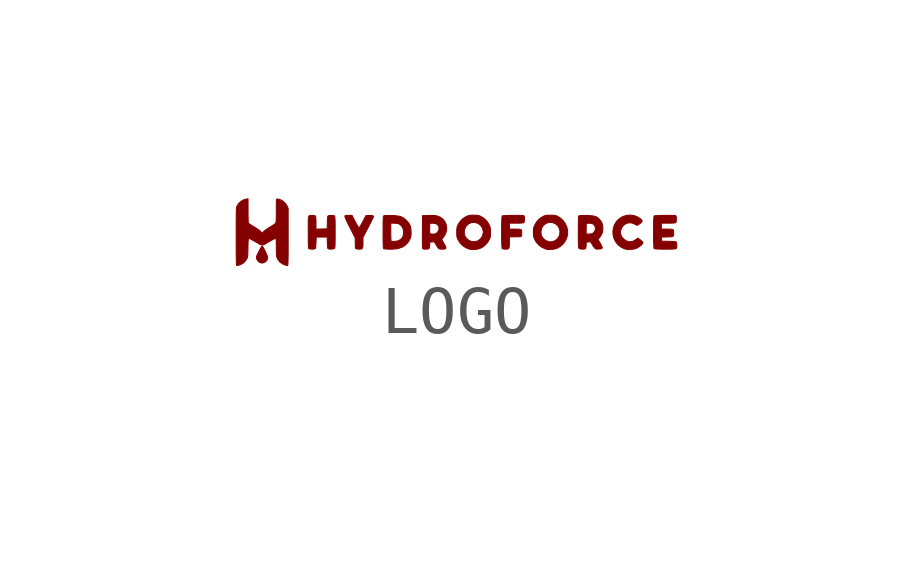
<source format=kicad_sym>
(kicad_symbol_lib
  (version 20220914)
  (generator bitmap2component)
  (symbol "LOGO"
    (pin_names
      (offset 1.016))
    (property "Reference" "#G"
      (at 0 1.722 0)
      (effects (font (size 1.27 1.27)) hide))
    (symbol "LOGO_0_0"
      (polyline (pts (xy -3.537 -0.701) (xy -3.534 -0.692) (xy -3.533 -0.675) (xy -3.531 -0.649) (xy -3.53 -0.612) (xy -3.529 -0.564) (xy -3.528 -0.503) (xy -3.527 -0.428) (xy -3.527 -0.338) (xy -3.527 -0.232) (xy -3.527 -0.107) (xy -3.527 0.489) (xy -3.549 0.537) (xy -3.569 0.572) (xy -3.608 0.616) (xy -3.654 0.652) (xy -3.704 0.676) (xy -3.754 0.684) (xy -3.756 0.684) (xy -3.762 0.683) (xy -3.766 0.679) (xy -3.769 0.669) (xy -3.772 0.651) (xy -3.773 0.623) (xy -3.774 0.583) (xy -3.774 0.529) (xy -3.774 0.457) (xy -3.774 0.418) (xy -3.775 0.355) (xy -3.775 0.299) (xy -3.777 0.252) (xy -3.778 0.218) (xy -3.78 0.2) (xy -3.782 0.194) (xy -3.788 0.181) (xy -3.8 0.168) (xy -3.82 0.152) (xy -3.852 0.131) (xy -3.898 0.104) (xy -3.904 0.1) (xy -3.948 0.073) (xy -3.988 0.045) (xy -4.02 0.022) (xy -4.039 0.004) (xy -4.069 -0.029) (xy -4.098 0.005) (xy -4.1 0.007) (xy -4.122 0.025) (xy -4.155 0.05) (xy -4.196 0.077) (xy -4.24 0.105) (xy -4.25 0.111) (xy -4.291 0.136) (xy -4.324 0.158) (xy -4.347 0.175) (xy -4.357 0.186) (xy -4.359 0.196) (xy -4.36 0.223) (xy -4.361 0.264) (xy -4.362 0.316) (xy -4.363 0.377) (xy -4.363 0.444) (xy -4.363 0.687) (xy -4.4 0.682) (xy -4.457 0.666) (xy -4.512 0.634) (xy -4.559 0.59) (xy -4.592 0.537) (xy -4.596 0.53) (xy -4.599 0.52) (xy -4.601 0.507) (xy -4.604 0.49) (xy -4.605 0.467) (xy -4.607 0.436) (xy -4.608 0.398) (xy -4.609 0.348) (xy -4.609 0.287) (xy -4.61 0.213) (xy -4.61 0.125) (xy -4.61 0.02) (xy -4.61 -0.102) (xy -4.61 -0.224) (xy -4.61 -0.332) (xy -4.61 -0.423) (xy -4.609 -0.499) (xy -4.608 -0.561) (xy -4.607 -0.609) (xy -4.606 -0.646) (xy -4.605 -0.673) (xy -4.603 -0.691) (xy -4.601 -0.701) (xy -4.598 -0.704) (xy -4.595 -0.703) (xy -4.563 -0.697) (xy -4.524 -0.684) (xy -4.486 -0.666) (xy -4.456 -0.646) (xy -4.445 -0.636) (xy -4.417 -0.605) (xy -4.394 -0.572) (xy -4.388 -0.561) (xy -4.38 -0.546) (xy -4.375 -0.531) (xy -4.371 -0.512) (xy -4.369 -0.485) (xy -4.367 -0.449) (xy -4.366 -0.4) (xy -4.365 -0.335) (xy -4.364 -0.275) (xy -4.362 -0.221) (xy -4.36 -0.182) (xy -4.357 -0.157) (xy -4.354 -0.142) (xy -4.349 -0.137) (xy -4.347 -0.136) (xy -4.33 -0.142) (xy -4.302 -0.155) (xy -4.265 -0.175) (xy -4.223 -0.199) (xy -4.196 -0.215) (xy -4.149 -0.242) (xy -4.115 -0.261) (xy -4.088 -0.272) (xy -4.064 -0.275) (xy -4.041 -0.27) (xy -4.013 -0.258) (xy -3.978 -0.237) (xy -3.932 -0.209) (xy -3.903 -0.193) (xy -3.861 -0.169) (xy -3.825 -0.151) (xy -3.8 -0.14) (xy -3.787 -0.137) (xy -3.787 -0.137) (xy -3.783 -0.142) (xy -3.779 -0.155) (xy -3.776 -0.177) (xy -3.775 -0.211) (xy -3.774 -0.26) (xy -3.774 -0.325) (xy -3.774 -0.331) (xy -3.774 -0.394) (xy -3.773 -0.441) (xy -3.771 -0.476) (xy -3.769 -0.502) (xy -3.765 -0.522) (xy -3.759 -0.539) (xy -3.751 -0.557) (xy -3.741 -0.576) (xy -3.703 -0.625) (xy -3.653 -0.664) (xy -3.599 -0.689) (xy -3.582 -0.694) (xy -3.555 -0.701) (xy -3.539 -0.704) (xy -3.537 -0.701)) (stroke (width 0.01) (type default)) (fill (type outline)))
      (polyline (pts (xy -4.019 -0.638) (xy -3.986 -0.613) (xy -3.963 -0.577) (xy -3.954 -0.533) (xy -3.955 -0.527) (xy -3.962 -0.504) (xy -3.975 -0.472) (xy -3.992 -0.434) (xy -4.011 -0.394) (xy -4.03 -0.356) (xy -4.048 -0.325) (xy -4.061 -0.303) (xy -4.07 -0.295) (xy -4.071 -0.295) (xy -4.078 -0.304) (xy -4.092 -0.327) (xy -4.109 -0.358) (xy -4.129 -0.394) (xy -4.148 -0.431) (xy -4.165 -0.466) (xy -4.178 -0.494) (xy -4.185 -0.511) (xy -4.187 -0.52) (xy -4.184 -0.559) (xy -4.166 -0.596) (xy -4.138 -0.627) (xy -4.101 -0.646) (xy -4.059 -0.65) (xy -4.019 -0.638)) (stroke (width 0.01) (type default)) (fill (type outline)))
      (polyline (pts (xy 0.357 -0.367) (xy 0.363 -0.367) (xy 0.411 -0.362) (xy 0.45 -0.353) (xy 0.49 -0.337) (xy 0.515 -0.324) (xy 0.575 -0.28) (xy 0.626 -0.225) (xy 0.664 -0.164) (xy 0.673 -0.143) (xy 0.681 -0.118) (xy 0.686 -0.091) (xy 0.689 -0.057) (xy 0.689 -0.009) (xy 0.689 -0.003) (xy 0.689 0.042) (xy 0.686 0.073) (xy 0.681 0.099) (xy 0.672 0.123) (xy 0.658 0.153) (xy 0.615 0.221) (xy 0.557 0.278) (xy 0.486 0.322) (xy 0.471 0.329) (xy 0.445 0.338) (xy 0.418 0.344) (xy 0.384 0.346) (xy 0.337 0.347) (xy 0.294 0.346) (xy 0.261 0.344) (xy 0.235 0.339) (xy 0.209 0.33) (xy 0.178 0.316) (xy 0.111 0.273) (xy 0.054 0.214) (xy 0.011 0.143) (xy 0.002 0.124) (xy -0.006 0.099) (xy -0.011 0.072) (xy -0.014 0.038) (xy -0.014 -0.004) (xy 0.143 -0.004) (xy 0.149 0.05) (xy 0.172 0.103) (xy 0.213 0.15) (xy 0.245 0.173) (xy 0.296 0.192) (xy 0.349 0.196) (xy 0.401 0.186) (xy 0.449 0.162) (xy 0.49 0.126) (xy 0.52 0.08) (xy 0.537 0.023) (xy 0.539 -0.009) (xy 0.53 -0.062) (xy 0.507 -0.113) (xy 0.473 -0.156) (xy 0.431 -0.185) (xy 0.41 -0.194) (xy 0.35 -0.207) (xy 0.292 -0.201) (xy 0.238 -0.178) (xy 0.192 -0.138) (xy 0.175 -0.117) (xy 0.155 -0.085) (xy 0.145 -0.05) (xy 0.143 -0.004) (xy -0.014 -0.004) (xy -0.014 -0.009) (xy -0.014 -0.054) (xy -0.012 -0.088) (xy -0.007 -0.114) (xy 0.001 -0.139) (xy 0.014 -0.166) (xy 0.056 -0.233) (xy 0.112 -0.29) (xy 0.178 -0.334) (xy 0.251 -0.362) (xy 0.253 -0.363) (xy 0.28 -0.366) (xy 0.316 -0.367) (xy 0.357 -0.367)) (stroke (width 0.01) (type default)) (fill (type outline)))
      (polyline (pts (xy 1.975 -0.366) (xy 2.034 -0.357) (xy 2.083 -0.34) (xy 2.148 -0.303) (xy 2.206 -0.25) (xy 2.25 -0.189) (xy 2.28 -0.12) (xy 2.296 -0.048) (xy 2.296 0.027) (xy 2.28 0.101) (xy 2.248 0.172) (xy 2.199 0.238) (xy 2.183 0.254) (xy 2.138 0.293) (xy 2.093 0.32) (xy 2.07 0.331) (xy 2.046 0.34) (xy 2.02 0.344) (xy 1.986 0.346) (xy 1.939 0.347) (xy 1.895 0.346) (xy 1.861 0.345) (xy 1.835 0.34) (xy 1.81 0.332) (xy 1.783 0.319) (xy 1.714 0.275) (xy 1.657 0.216) (xy 1.613 0.144) (xy 1.603 0.123) (xy 1.592 0.095) (xy 1.586 0.068) (xy 1.583 0.035) (xy 1.583 0.009) (xy 1.742 0.009) (xy 1.751 0.059) (xy 1.768 0.1) (xy 1.781 0.118) (xy 1.823 0.159) (xy 1.873 0.186) (xy 1.928 0.197) (xy 1.984 0.192) (xy 1.988 0.191) (xy 2.046 0.165) (xy 2.091 0.127) (xy 2.121 0.076) (xy 2.136 0.016) (xy 2.137 0.002) (xy 2.131 -0.059) (xy 2.108 -0.114) (xy 2.071 -0.159) (xy 2.02 -0.191) (xy 2.014 -0.194) (xy 1.976 -0.204) (xy 1.939 -0.209) (xy 1.92 -0.208) (xy 1.865 -0.193) (xy 1.815 -0.163) (xy 1.775 -0.122) (xy 1.749 -0.071) (xy 1.743 -0.041) (xy 1.742 0.009) (xy 1.583 0.009) (xy 1.583 -0.009) (xy 1.583 -0.024) (xy 1.584 -0.066) (xy 1.588 -0.097) (xy 1.596 -0.125) (xy 1.608 -0.154) (xy 1.639 -0.209) (xy 1.694 -0.272) (xy 1.761 -0.323) (xy 1.839 -0.358) (xy 1.862 -0.364) (xy 1.916 -0.369) (xy 1.975 -0.366)) (stroke (width 0.01) (type default)) (fill (type outline)))
      (polyline (pts (xy 3.633 -0.365) (xy 3.683 -0.358) (xy 3.721 -0.347) (xy 3.744 -0.337) (xy 3.786 -0.312) (xy 3.822 -0.285) (xy 3.849 -0.258) (xy 3.863 -0.234) (xy 3.862 -0.214) (xy 3.857 -0.208) (xy 3.839 -0.192) (xy 3.816 -0.172) (xy 3.792 -0.153) (xy 3.772 -0.139) (xy 3.76 -0.133) (xy 3.754 -0.136) (xy 3.736 -0.148) (xy 3.712 -0.166) (xy 3.671 -0.191) (xy 3.617 -0.207) (xy 3.562 -0.204) (xy 3.509 -0.183) (xy 3.459 -0.144) (xy 3.433 -0.115) (xy 3.405 -0.063) (xy 3.396 -0.009) (xy 3.406 0.046) (xy 3.435 0.102) (xy 3.458 0.131) (xy 3.504 0.166) (xy 3.556 0.185) (xy 3.612 0.188) (xy 3.671 0.173) (xy 3.728 0.141) (xy 3.736 0.137) (xy 3.748 0.137) (xy 3.768 0.146) (xy 3.797 0.166) (xy 3.825 0.187) (xy 3.846 0.21) (xy 3.849 0.231) (xy 3.835 0.253) (xy 3.803 0.28) (xy 3.754 0.31) (xy 3.68 0.338) (xy 3.603 0.349) (xy 3.526 0.343) (xy 3.451 0.32) (xy 3.382 0.28) (xy 3.37 0.271) (xy 3.315 0.216) (xy 3.276 0.152) (xy 3.251 0.082) (xy 3.24 0.009) (xy 3.244 -0.065) (xy 3.262 -0.137) (xy 3.295 -0.204) (xy 3.341 -0.264) (xy 3.402 -0.313) (xy 3.423 -0.326) (xy 3.46 -0.345) (xy 3.491 -0.357) (xy 3.53 -0.365) (xy 3.579 -0.367) (xy 3.633 -0.365)) (stroke (width 0.01) (type default)) (fill (type outline)))
      (polyline (pts (xy -2.61 -0.36) (xy -2.581 -0.355) (xy -2.562 -0.346) (xy -2.56 -0.343) (xy -2.556 -0.334) (xy -2.553 -0.319) (xy -2.551 -0.297) (xy -2.55 -0.266) (xy -2.549 -0.223) (xy -2.548 -0.166) (xy -2.548 -0.095) (xy -2.548 -0.006) (xy -2.548 0.083) (xy -2.548 0.161) (xy -2.549 0.223) (xy -2.551 0.269) (xy -2.553 0.302) (xy -2.556 0.322) (xy -2.559 0.331) (xy -2.567 0.335) (xy -2.59 0.34) (xy -2.622 0.342) (xy -2.655 0.341) (xy -2.683 0.337) (xy -2.698 0.33) (xy -2.698 0.33) (xy -2.703 0.315) (xy -2.707 0.284) (xy -2.709 0.241) (xy -2.711 0.19) (xy -2.714 0.062) (xy -2.83 0.059) (xy -2.947 0.056) (xy -2.947 0.181) (xy -2.947 0.188) (xy -2.948 0.235) (xy -2.95 0.277) (xy -2.953 0.308) (xy -2.957 0.324) (xy -2.959 0.327) (xy -2.97 0.336) (xy -2.989 0.341) (xy -3.022 0.342) (xy -3.032 0.342) (xy -3.053 0.343) (xy -3.069 0.342) (xy -3.082 0.339) (xy -3.092 0.331) (xy -3.099 0.317) (xy -3.104 0.295) (xy -3.107 0.262) (xy -3.108 0.218) (xy -3.109 0.16) (xy -3.109 0.087) (xy -3.108 -0.004) (xy -3.108 -0.009) (xy -3.108 -0.104) (xy -3.108 -0.182) (xy -3.107 -0.243) (xy -3.105 -0.289) (xy -3.103 -0.321) (xy -3.1 -0.341) (xy -3.097 -0.35) (xy -3.095 -0.351) (xy -3.077 -0.357) (xy -3.048 -0.36) (xy -3.015 -0.361) (xy -2.985 -0.358) (xy -2.966 -0.352) (xy -2.963 -0.35) (xy -2.957 -0.338) (xy -2.953 -0.315) (xy -2.95 -0.279) (xy -2.947 -0.226) (xy -2.942 -0.109) (xy -2.828 -0.109) (xy -2.714 -0.109) (xy -2.711 -0.223) (xy -2.71 -0.265) (xy -2.707 -0.305) (xy -2.703 -0.335) (xy -2.698 -0.349) (xy -2.695 -0.352) (xy -2.674 -0.359) (xy -2.644 -0.361) (xy -2.61 -0.36)) (stroke (width 0.01) (type default)) (fill (type outline)))
      (polyline (pts (xy -2.044 -0.361) (xy -2.013 -0.36) (xy -1.992 -0.353) (xy -1.979 -0.34) (xy -1.972 -0.315) (xy -1.968 -0.278) (xy -1.968 -0.224) (xy -1.968 -0.117) (xy -1.858 0.093) (xy -1.835 0.138) (xy -1.807 0.193) (xy -1.784 0.241) (xy -1.765 0.279) (xy -1.753 0.306) (xy -1.749 0.318) (xy -1.751 0.326) (xy -1.767 0.336) (xy -1.8 0.341) (xy -1.849 0.34) (xy -1.906 0.337) (xy -1.958 0.237) (xy -1.973 0.21) (xy -1.999 0.16) (xy -2.02 0.125) (xy -2.035 0.102) (xy -2.045 0.089) (xy -2.053 0.086) (xy -2.056 0.088) (xy -2.067 0.103) (xy -2.084 0.132) (xy -2.106 0.169) (xy -2.13 0.214) (xy -2.197 0.342) (xy -2.268 0.342) (xy -2.297 0.342) (xy -2.324 0.34) (xy -2.339 0.335) (xy -2.345 0.326) (xy -2.345 0.325) (xy -2.342 0.309) (xy -2.33 0.277) (xy -2.309 0.23) (xy -2.279 0.167) (xy -2.24 0.09) (xy -2.129 -0.129) (xy -2.129 -0.234) (xy -2.129 -0.247) (xy -2.128 -0.299) (xy -2.124 -0.334) (xy -2.118 -0.35) (xy -2.108 -0.354) (xy -2.084 -0.359) (xy -2.052 -0.361) (xy -2.044 -0.361)) (stroke (width 0.01) (type default)) (fill (type outline)))
      (polyline (pts (xy -1.379 -0.361) (xy -1.33 -0.359) (xy -1.286 -0.356) (xy -1.249 -0.351) (xy -1.231 -0.347) (xy -1.154 -0.321) (xy -1.087 -0.279) (xy -1.033 -0.225) (xy -0.992 -0.158) (xy -0.991 -0.156) (xy -0.978 -0.124) (xy -0.97 -0.094) (xy -0.966 -0.06) (xy -0.965 -0.014) (xy -0.967 0.037) (xy -0.975 0.095) (xy -0.991 0.144) (xy -1.019 0.189) (xy -1.059 0.234) (xy -1.082 0.255) (xy -1.117 0.284) (xy -1.153 0.305) (xy -1.193 0.321) (xy -1.241 0.33) (xy -1.301 0.337) (xy -1.376 0.34) (xy -1.413 0.341) (xy -1.464 0.342) (xy -1.501 0.34) (xy -1.524 0.337) (xy -1.535 0.333) (xy -1.537 0.33) (xy -1.541 0.322) (xy -1.544 0.308) (xy -1.546 0.286) (xy -1.547 0.254) (xy -1.548 0.21) (xy -1.549 0.182) (xy -1.388 0.182) (xy -1.309 0.179) (xy -1.3 0.179) (xy -1.262 0.176) (xy -1.235 0.171) (xy -1.215 0.163) (xy -1.194 0.149) (xy -1.191 0.147) (xy -1.152 0.105) (xy -1.129 0.053) (xy -1.122 -0.009) (xy -1.122 -0.013) (xy -1.128 -0.072) (xy -1.145 -0.119) (xy -1.176 -0.154) (xy -1.222 -0.182) (xy -1.235 -0.187) (xy -1.266 -0.194) (xy -1.302 -0.198) (xy -1.338 -0.2) (xy -1.366 -0.199) (xy -1.381 -0.193) (xy -1.382 -0.193) (xy -1.384 -0.18) (xy -1.385 -0.152) (xy -1.387 -0.111) (xy -1.388 -0.06) (xy -1.388 -0.002) (xy -1.388 0.182) (xy -1.549 0.182) (xy -1.549 0.153) (xy -1.549 0.081) (xy -1.55 -0.009) (xy -1.549 -0.103) (xy -1.549 -0.181) (xy -1.548 -0.242) (xy -1.546 -0.289) (xy -1.544 -0.321) (xy -1.541 -0.341) (xy -1.538 -0.35) (xy -1.532 -0.353) (xy -1.508 -0.357) (xy -1.472 -0.36) (xy -1.428 -0.361) (xy -1.379 -0.361)) (stroke (width 0.01) (type default)) (fill (type outline)))
      (polyline (pts (xy -0.28 -0.36) (xy -0.253 -0.354) (xy -0.24 -0.342) (xy -0.241 -0.321) (xy -0.255 -0.289) (xy -0.28 -0.244) (xy -0.288 -0.231) (xy -0.306 -0.199) (xy -0.319 -0.175) (xy -0.323 -0.162) (xy -0.321 -0.155) (xy -0.309 -0.135) (xy -0.291 -0.111) (xy -0.282 -0.1) (xy -0.246 -0.038) (xy -0.227 0.026) (xy -0.224 0.091) (xy -0.235 0.153) (xy -0.26 0.211) (xy -0.298 0.261) (xy -0.35 0.301) (xy -0.413 0.328) (xy -0.442 0.335) (xy -0.48 0.339) (xy -0.53 0.341) (xy -0.595 0.34) (xy -0.727 0.337) (xy -0.729 0.034) (xy -0.579 0.034) (xy -0.578 0.077) (xy -0.575 0.176) (xy -0.521 0.179) (xy -0.507 0.179) (xy -0.457 0.173) (xy -0.419 0.154) (xy -0.394 0.122) (xy -0.387 0.106) (xy -0.382 0.063) (xy -0.394 0.021) (xy -0.422 -0.017) (xy -0.437 -0.029) (xy -0.456 -0.041) (xy -0.479 -0.046) (xy -0.513 -0.048) (xy -0.533 -0.047) (xy -0.563 -0.043) (xy -0.576 -0.035) (xy -0.577 -0.027) (xy -0.578 -0.002) (xy -0.579 0.034) (xy -0.729 0.034) (xy -0.73 -0.004) (xy -0.73 -0.077) (xy -0.73 -0.158) (xy -0.73 -0.222) (xy -0.729 -0.272) (xy -0.728 -0.308) (xy -0.726 -0.333) (xy -0.724 -0.347) (xy -0.72 -0.353) (xy -0.717 -0.355) (xy -0.695 -0.36) (xy -0.664 -0.361) (xy -0.632 -0.36) (xy -0.606 -0.356) (xy -0.591 -0.349) (xy -0.586 -0.336) (xy -0.581 -0.309) (xy -0.578 -0.275) (xy -0.575 -0.214) (xy -0.528 -0.211) (xy -0.48 -0.209) (xy -0.443 -0.272) (xy -0.429 -0.294) (xy -0.409 -0.326) (xy -0.392 -0.346) (xy -0.374 -0.356) (xy -0.353 -0.36) (xy -0.323 -0.361) (xy -0.323 -0.361) (xy -0.28 -0.36)) (stroke (width 0.01) (type default)) (fill (type outline)))
      (polyline (pts (xy 1.014 -0.361) (xy 1.042 -0.359) (xy 1.061 -0.352) (xy 1.074 -0.337) (xy 1.08 -0.312) (xy 1.083 -0.273) (xy 1.084 -0.218) (xy 1.084 -0.105) (xy 1.197 -0.105) (xy 1.241 -0.104) (xy 1.281 -0.103) (xy 1.31 -0.101) (xy 1.325 -0.099) (xy 1.329 -0.097) (xy 1.336 -0.087) (xy 1.339 -0.065) (xy 1.34 -0.028) (xy 1.34 -0.002) (xy 1.338 0.024) (xy 1.332 0.039) (xy 1.322 0.047) (xy 1.308 0.051) (xy 1.279 0.054) (xy 1.239 0.056) (xy 1.194 0.057) (xy 1.084 0.057) (xy 1.084 0.119) (xy 1.084 0.181) (xy 1.229 0.181) (xy 1.233 0.181) (xy 1.297 0.181) (xy 1.343 0.183) (xy 1.373 0.187) (xy 1.386 0.192) (xy 1.391 0.203) (xy 1.396 0.231) (xy 1.397 0.267) (xy 1.397 0.278) (xy 1.396 0.31) (xy 1.391 0.329) (xy 1.382 0.336) (xy 1.381 0.337) (xy 1.362 0.34) (xy 1.328 0.341) (xy 1.284 0.342) (xy 1.232 0.343) (xy 1.175 0.343) (xy 1.118 0.342) (xy 1.063 0.341) (xy 1.014 0.339) (xy 0.974 0.337) (xy 0.946 0.334) (xy 0.933 0.331) (xy 0.933 0.33) (xy 0.93 0.316) (xy 0.927 0.285) (xy 0.925 0.241) (xy 0.923 0.186) (xy 0.922 0.124) (xy 0.921 0.056) (xy 0.921 -0.014) (xy 0.921 -0.084) (xy 0.922 -0.151) (xy 0.923 -0.213) (xy 0.925 -0.266) (xy 0.927 -0.308) (xy 0.93 -0.337) (xy 0.933 -0.35) (xy 0.943 -0.354) (xy 0.968 -0.359) (xy 0.999 -0.361) (xy 1.014 -0.361)) (stroke (width 0.01) (type default)) (fill (type outline)))
      (polyline (pts (xy 2.653 -0.357) (xy 2.67 -0.349) (xy 2.675 -0.336) (xy 2.68 -0.309) (xy 2.683 -0.275) (xy 2.685 -0.214) (xy 2.731 -0.211) (xy 2.776 -0.208) (xy 2.813 -0.268) (xy 2.834 -0.303) (xy 2.854 -0.332) (xy 2.872 -0.349) (xy 2.89 -0.358) (xy 2.912 -0.36) (xy 2.944 -0.359) (xy 2.981 -0.357) (xy 3.006 -0.35) (xy 3.017 -0.338) (xy 3.016 -0.318) (xy 3.002 -0.287) (xy 2.978 -0.243) (xy 2.929 -0.159) (xy 2.966 -0.113) (xy 2.99 -0.079) (xy 3.017 -0.028) (xy 3.029 0.025) (xy 3.031 0.087) (xy 3.028 0.12) (xy 3.016 0.174) (xy 2.994 0.219) (xy 2.958 0.262) (xy 2.949 0.271) (xy 2.921 0.295) (xy 2.891 0.313) (xy 2.857 0.325) (xy 2.815 0.333) (xy 2.761 0.338) (xy 2.692 0.341) (xy 2.669 0.341) (xy 2.612 0.341) (xy 2.571 0.34) (xy 2.546 0.337) (xy 2.533 0.332) (xy 2.532 0.331) (xy 2.528 0.324) (xy 2.525 0.31) (xy 2.523 0.288) (xy 2.521 0.257) (xy 2.52 0.213) (xy 2.52 0.156) (xy 2.519 0.084) (xy 2.519 0.034) (xy 2.682 0.034) (xy 2.683 0.077) (xy 2.685 0.176) (xy 2.74 0.179) (xy 2.764 0.179) (xy 2.809 0.172) (xy 2.842 0.152) (xy 2.866 0.118) (xy 2.866 0.117) (xy 2.877 0.073) (xy 2.869 0.029) (xy 2.843 -0.012) (xy 2.829 -0.026) (xy 2.812 -0.037) (xy 2.789 -0.043) (xy 2.753 -0.046) (xy 2.743 -0.046) (xy 2.711 -0.047) (xy 2.693 -0.044) (xy 2.685 -0.036) (xy 2.684 -0.028) (xy 2.682 -0.002) (xy 2.682 0.034) (xy 2.519 0.034) (xy 2.519 -0.005) (xy 2.519 -0.069) (xy 2.519 -0.145) (xy 2.52 -0.206) (xy 2.521 -0.253) (xy 2.522 -0.288) (xy 2.524 -0.313) (xy 2.527 -0.33) (xy 2.53 -0.34) (xy 2.534 -0.346) (xy 2.538 -0.349) (xy 2.56 -0.357) (xy 2.591 -0.361) (xy 2.624 -0.361) (xy 2.653 -0.357)) (stroke (width 0.01) (type default)) (fill (type outline)))
      (polyline (pts (xy 4.413 -0.361) (xy 4.464 -0.36) (xy 4.507 -0.358) (xy 4.538 -0.355) (xy 4.554 -0.351) (xy 4.559 -0.348) (xy 4.567 -0.337) (xy 4.571 -0.316) (xy 4.572 -0.281) (xy 4.572 -0.261) (xy 4.568 -0.228) (xy 4.56 -0.211) (xy 4.558 -0.21) (xy 4.541 -0.206) (xy 4.507 -0.202) (xy 4.459 -0.199) (xy 4.401 -0.198) (xy 4.254 -0.195) (xy 4.254 -0.152) (xy 4.254 -0.109) (xy 4.359 -0.107) (xy 4.367 -0.107) (xy 4.421 -0.105) (xy 4.458 -0.103) (xy 4.483 -0.099) (xy 4.497 -0.091) (xy 4.504 -0.077) (xy 4.506 -0.057) (xy 4.506 -0.029) (xy 4.505 -0.001) (xy 4.503 0.024) (xy 4.497 0.039) (xy 4.487 0.047) (xy 4.474 0.051) (xy 4.444 0.054) (xy 4.405 0.056) (xy 4.359 0.057) (xy 4.249 0.057) (xy 4.249 0.119) (xy 4.249 0.181) (xy 4.395 0.181) (xy 4.399 0.181) (xy 4.463 0.181) (xy 4.509 0.183) (xy 4.538 0.187) (xy 4.551 0.192) (xy 4.557 0.203) (xy 4.561 0.231) (xy 4.563 0.267) (xy 4.563 0.278) (xy 4.561 0.31) (xy 4.556 0.329) (xy 4.548 0.336) (xy 4.546 0.337) (xy 4.527 0.34) (xy 4.494 0.341) (xy 4.449 0.342) (xy 4.397 0.343) (xy 4.341 0.343) (xy 4.284 0.342) (xy 4.229 0.341) (xy 4.179 0.339) (xy 4.139 0.337) (xy 4.111 0.334) (xy 4.099 0.331) (xy 4.099 0.33) (xy 4.095 0.316) (xy 4.093 0.285) (xy 4.09 0.241) (xy 4.089 0.186) (xy 4.088 0.124) (xy 4.087 0.056) (xy 4.087 -0.014) (xy 4.087 -0.084) (xy 4.088 -0.151) (xy 4.089 -0.213) (xy 4.091 -0.266) (xy 4.093 -0.308) (xy 4.096 -0.337) (xy 4.099 -0.35) (xy 4.1 -0.351) (xy 4.117 -0.354) (xy 4.148 -0.357) (xy 4.191 -0.359) (xy 4.243 -0.361) (xy 4.299 -0.361) (xy 4.357 -0.362) (xy 4.413 -0.361)) (stroke (width 0.01) (type default)) (fill (type outline))))))
</source>
